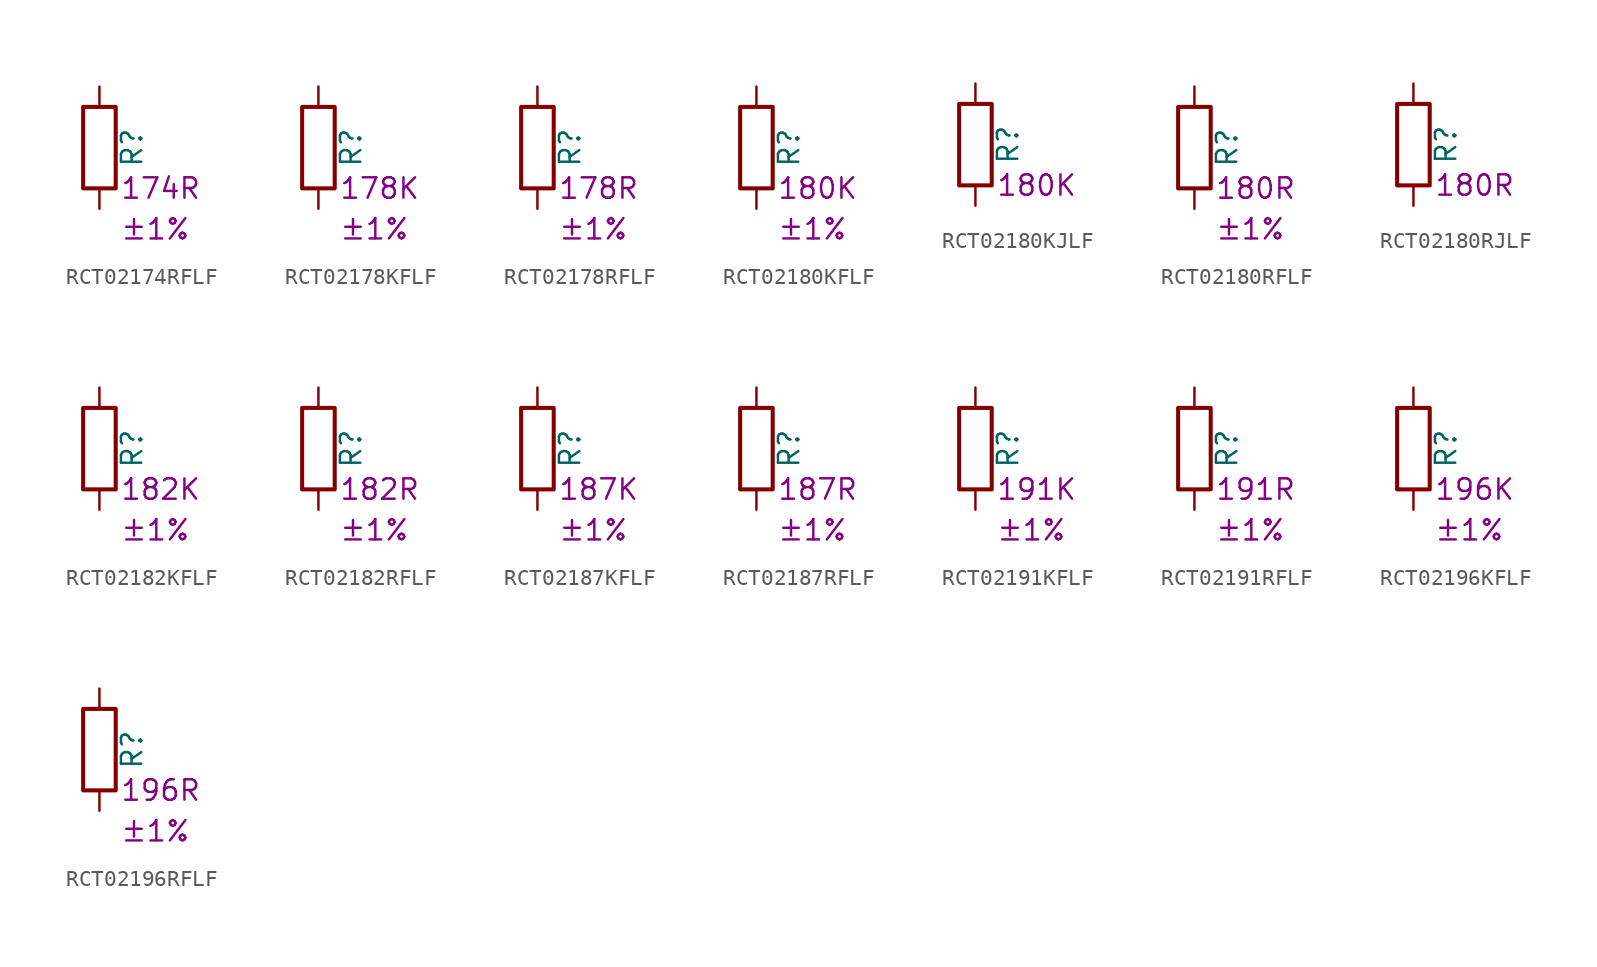
<source format=kicad_sym>
(kicad_symbol_lib
  (version 20220914)
  (generator kicad_symbol_editor)
  (symbol "RCT02174RFLF"
    (pin_numbers hide)
    (pin_names
      (offset 0))
    (property "Reference" "R"
      (at 2.032 0 90)
      (effects (font (size 1.27 1.27))))
    (property "Resistance" "174R"
      (at 1.27 -2.54 0)
      (effects (font (size 1.27 1.27)) (justify left)))
    (property "Tolerance" "±1%"
      (at 1.27 -5.08 0)
      (effects (font (size 1.27 1.27)) (justify left)))
    (symbol "RCT02174RFLF_0_1"
      (rectangle (start -1.016 -2.54) (end 1.016 2.54) (stroke (width 0.254) (type default)) (fill (type none))))
    (symbol "RCT02174RFLF_1_1"
      (pin passive line (at 0 3.81 270) (length 1.27) (name "~" (effects (font (size 1.27 1.27)))) (number "1" (effects (font (size 1.27 1.27)))))
      (pin passive line (at 0 -3.81 90) (length 1.27) (name "~" (effects (font (size 1.27 1.27)))) (number "2" (effects (font (size 1.27 1.27)))))))
  (symbol "RCT02178KFLF"
    (pin_numbers hide)
    (pin_names
      (offset 0))
    (property "Reference" "R"
      (at 2.032 0 90)
      (effects (font (size 1.27 1.27))))
    (property "Resistance" "178K"
      (at 1.27 -2.54 0)
      (effects (font (size 1.27 1.27)) (justify left)))
    (property "Tolerance" "±1%"
      (at 1.27 -5.08 0)
      (effects (font (size 1.27 1.27)) (justify left)))
    (symbol "RCT02178KFLF_0_1"
      (rectangle (start -1.016 -2.54) (end 1.016 2.54) (stroke (width 0.254) (type default)) (fill (type none))))
    (symbol "RCT02178KFLF_1_1"
      (pin passive line (at 0 3.81 270) (length 1.27) (name "~" (effects (font (size 1.27 1.27)))) (number "1" (effects (font (size 1.27 1.27)))))
      (pin passive line (at 0 -3.81 90) (length 1.27) (name "~" (effects (font (size 1.27 1.27)))) (number "2" (effects (font (size 1.27 1.27)))))))
  (symbol "RCT02178RFLF"
    (pin_numbers hide)
    (pin_names
      (offset 0))
    (property "Reference" "R"
      (at 2.032 0 90)
      (effects (font (size 1.27 1.27))))
    (property "Resistance" "178R"
      (at 1.27 -2.54 0)
      (effects (font (size 1.27 1.27)) (justify left)))
    (property "Tolerance" "±1%"
      (at 1.27 -5.08 0)
      (effects (font (size 1.27 1.27)) (justify left)))
    (symbol "RCT02178RFLF_0_1"
      (rectangle (start -1.016 -2.54) (end 1.016 2.54) (stroke (width 0.254) (type default)) (fill (type none))))
    (symbol "RCT02178RFLF_1_1"
      (pin passive line (at 0 3.81 270) (length 1.27) (name "~" (effects (font (size 1.27 1.27)))) (number "1" (effects (font (size 1.27 1.27)))))
      (pin passive line (at 0 -3.81 90) (length 1.27) (name "~" (effects (font (size 1.27 1.27)))) (number "2" (effects (font (size 1.27 1.27)))))))
  (symbol "RCT02180KFLF"
    (pin_numbers hide)
    (pin_names
      (offset 0))
    (property "Reference" "R"
      (at 2.032 0 90)
      (effects (font (size 1.27 1.27))))
    (property "Resistance" "180K"
      (at 1.27 -2.54 0)
      (effects (font (size 1.27 1.27)) (justify left)))
    (property "Tolerance" "±1%"
      (at 1.27 -5.08 0)
      (effects (font (size 1.27 1.27)) (justify left)))
    (symbol "RCT02180KFLF_0_1"
      (rectangle (start -1.016 -2.54) (end 1.016 2.54) (stroke (width 0.254) (type default)) (fill (type none))))
    (symbol "RCT02180KFLF_1_1"
      (pin passive line (at 0 3.81 270) (length 1.27) (name "~" (effects (font (size 1.27 1.27)))) (number "1" (effects (font (size 1.27 1.27)))))
      (pin passive line (at 0 -3.81 90) (length 1.27) (name "~" (effects (font (size 1.27 1.27)))) (number "2" (effects (font (size 1.27 1.27)))))))
  (symbol "RCT02180KJLF"
    (pin_numbers hide)
    (pin_names
      (offset 0))
    (property "Reference" "R"
      (at 2.032 0 90)
      (effects (font (size 1.27 1.27))))
    (property "Resistance" "180K"
      (at 1.27 -2.54 0)
      (effects (font (size 1.27 1.27)) (justify left)))
    (symbol "RCT02180KJLF_0_1"
      (rectangle (start -1.016 -2.54) (end 1.016 2.54) (stroke (width 0.254) (type default)) (fill (type none))))
    (symbol "RCT02180KJLF_1_1"
      (pin passive line (at 0 3.81 270) (length 1.27) (name "~" (effects (font (size 1.27 1.27)))) (number "1" (effects (font (size 1.27 1.27)))))
      (pin passive line (at 0 -3.81 90) (length 1.27) (name "~" (effects (font (size 1.27 1.27)))) (number "2" (effects (font (size 1.27 1.27)))))))
  (symbol "RCT02180RFLF"
    (pin_numbers hide)
    (pin_names
      (offset 0))
    (property "Reference" "R"
      (at 2.032 0 90)
      (effects (font (size 1.27 1.27))))
    (property "Resistance" "180R"
      (at 1.27 -2.54 0)
      (effects (font (size 1.27 1.27)) (justify left)))
    (property "Tolerance" "±1%"
      (at 1.27 -5.08 0)
      (effects (font (size 1.27 1.27)) (justify left)))
    (symbol "RCT02180RFLF_0_1"
      (rectangle (start -1.016 -2.54) (end 1.016 2.54) (stroke (width 0.254) (type default)) (fill (type none))))
    (symbol "RCT02180RFLF_1_1"
      (pin passive line (at 0 3.81 270) (length 1.27) (name "~" (effects (font (size 1.27 1.27)))) (number "1" (effects (font (size 1.27 1.27)))))
      (pin passive line (at 0 -3.81 90) (length 1.27) (name "~" (effects (font (size 1.27 1.27)))) (number "2" (effects (font (size 1.27 1.27)))))))
  (symbol "RCT02180RJLF"
    (pin_numbers hide)
    (pin_names
      (offset 0))
    (property "Reference" "R"
      (at 2.032 0 90)
      (effects (font (size 1.27 1.27))))
    (property "Resistance" "180R"
      (at 1.27 -2.54 0)
      (effects (font (size 1.27 1.27)) (justify left)))
    (symbol "RCT02180RJLF_0_1"
      (rectangle (start -1.016 -2.54) (end 1.016 2.54) (stroke (width 0.254) (type default)) (fill (type none))))
    (symbol "RCT02180RJLF_1_1"
      (pin passive line (at 0 3.81 270) (length 1.27) (name "~" (effects (font (size 1.27 1.27)))) (number "1" (effects (font (size 1.27 1.27)))))
      (pin passive line (at 0 -3.81 90) (length 1.27) (name "~" (effects (font (size 1.27 1.27)))) (number "2" (effects (font (size 1.27 1.27)))))))
  (symbol "RCT02182KFLF"
    (pin_numbers hide)
    (pin_names
      (offset 0))
    (property "Reference" "R"
      (at 2.032 0 90)
      (effects (font (size 1.27 1.27))))
    (property "Resistance" "182K"
      (at 1.27 -2.54 0)
      (effects (font (size 1.27 1.27)) (justify left)))
    (property "Tolerance" "±1%"
      (at 1.27 -5.08 0)
      (effects (font (size 1.27 1.27)) (justify left)))
    (symbol "RCT02182KFLF_0_1"
      (rectangle (start -1.016 -2.54) (end 1.016 2.54) (stroke (width 0.254) (type default)) (fill (type none))))
    (symbol "RCT02182KFLF_1_1"
      (pin passive line (at 0 3.81 270) (length 1.27) (name "~" (effects (font (size 1.27 1.27)))) (number "1" (effects (font (size 1.27 1.27)))))
      (pin passive line (at 0 -3.81 90) (length 1.27) (name "~" (effects (font (size 1.27 1.27)))) (number "2" (effects (font (size 1.27 1.27)))))))
  (symbol "RCT02182RFLF"
    (pin_numbers hide)
    (pin_names
      (offset 0))
    (property "Reference" "R"
      (at 2.032 0 90)
      (effects (font (size 1.27 1.27))))
    (property "Resistance" "182R"
      (at 1.27 -2.54 0)
      (effects (font (size 1.27 1.27)) (justify left)))
    (property "Tolerance" "±1%"
      (at 1.27 -5.08 0)
      (effects (font (size 1.27 1.27)) (justify left)))
    (symbol "RCT02182RFLF_0_1"
      (rectangle (start -1.016 -2.54) (end 1.016 2.54) (stroke (width 0.254) (type default)) (fill (type none))))
    (symbol "RCT02182RFLF_1_1"
      (pin passive line (at 0 3.81 270) (length 1.27) (name "~" (effects (font (size 1.27 1.27)))) (number "1" (effects (font (size 1.27 1.27)))))
      (pin passive line (at 0 -3.81 90) (length 1.27) (name "~" (effects (font (size 1.27 1.27)))) (number "2" (effects (font (size 1.27 1.27)))))))
  (symbol "RCT02187KFLF"
    (pin_numbers hide)
    (pin_names
      (offset 0))
    (property "Reference" "R"
      (at 2.032 0 90)
      (effects (font (size 1.27 1.27))))
    (property "Resistance" "187K"
      (at 1.27 -2.54 0)
      (effects (font (size 1.27 1.27)) (justify left)))
    (property "Tolerance" "±1%"
      (at 1.27 -5.08 0)
      (effects (font (size 1.27 1.27)) (justify left)))
    (symbol "RCT02187KFLF_0_1"
      (rectangle (start -1.016 -2.54) (end 1.016 2.54) (stroke (width 0.254) (type default)) (fill (type none))))
    (symbol "RCT02187KFLF_1_1"
      (pin passive line (at 0 3.81 270) (length 1.27) (name "~" (effects (font (size 1.27 1.27)))) (number "1" (effects (font (size 1.27 1.27)))))
      (pin passive line (at 0 -3.81 90) (length 1.27) (name "~" (effects (font (size 1.27 1.27)))) (number "2" (effects (font (size 1.27 1.27)))))))
  (symbol "RCT02187RFLF"
    (pin_numbers hide)
    (pin_names
      (offset 0))
    (property "Reference" "R"
      (at 2.032 0 90)
      (effects (font (size 1.27 1.27))))
    (property "Resistance" "187R"
      (at 1.27 -2.54 0)
      (effects (font (size 1.27 1.27)) (justify left)))
    (property "Tolerance" "±1%"
      (at 1.27 -5.08 0)
      (effects (font (size 1.27 1.27)) (justify left)))
    (symbol "RCT02187RFLF_0_1"
      (rectangle (start -1.016 -2.54) (end 1.016 2.54) (stroke (width 0.254) (type default)) (fill (type none))))
    (symbol "RCT02187RFLF_1_1"
      (pin passive line (at 0 3.81 270) (length 1.27) (name "~" (effects (font (size 1.27 1.27)))) (number "1" (effects (font (size 1.27 1.27)))))
      (pin passive line (at 0 -3.81 90) (length 1.27) (name "~" (effects (font (size 1.27 1.27)))) (number "2" (effects (font (size 1.27 1.27)))))))
  (symbol "RCT02191KFLF"
    (pin_numbers hide)
    (pin_names
      (offset 0))
    (property "Reference" "R"
      (at 2.032 0 90)
      (effects (font (size 1.27 1.27))))
    (property "Resistance" "191K"
      (at 1.27 -2.54 0)
      (effects (font (size 1.27 1.27)) (justify left)))
    (property "Tolerance" "±1%"
      (at 1.27 -5.08 0)
      (effects (font (size 1.27 1.27)) (justify left)))
    (symbol "RCT02191KFLF_0_1"
      (rectangle (start -1.016 -2.54) (end 1.016 2.54) (stroke (width 0.254) (type default)) (fill (type none))))
    (symbol "RCT02191KFLF_1_1"
      (pin passive line (at 0 3.81 270) (length 1.27) (name "~" (effects (font (size 1.27 1.27)))) (number "1" (effects (font (size 1.27 1.27)))))
      (pin passive line (at 0 -3.81 90) (length 1.27) (name "~" (effects (font (size 1.27 1.27)))) (number "2" (effects (font (size 1.27 1.27)))))))
  (symbol "RCT02191RFLF"
    (pin_numbers hide)
    (pin_names
      (offset 0))
    (property "Reference" "R"
      (at 2.032 0 90)
      (effects (font (size 1.27 1.27))))
    (property "Resistance" "191R"
      (at 1.27 -2.54 0)
      (effects (font (size 1.27 1.27)) (justify left)))
    (property "Tolerance" "±1%"
      (at 1.27 -5.08 0)
      (effects (font (size 1.27 1.27)) (justify left)))
    (symbol "RCT02191RFLF_0_1"
      (rectangle (start -1.016 -2.54) (end 1.016 2.54) (stroke (width 0.254) (type default)) (fill (type none))))
    (symbol "RCT02191RFLF_1_1"
      (pin passive line (at 0 3.81 270) (length 1.27) (name "~" (effects (font (size 1.27 1.27)))) (number "1" (effects (font (size 1.27 1.27)))))
      (pin passive line (at 0 -3.81 90) (length 1.27) (name "~" (effects (font (size 1.27 1.27)))) (number "2" (effects (font (size 1.27 1.27)))))))
  (symbol "RCT02196KFLF"
    (pin_numbers hide)
    (pin_names
      (offset 0))
    (property "Reference" "R"
      (at 2.032 0 90)
      (effects (font (size 1.27 1.27))))
    (property "Resistance" "196K"
      (at 1.27 -2.54 0)
      (effects (font (size 1.27 1.27)) (justify left)))
    (property "Tolerance" "±1%"
      (at 1.27 -5.08 0)
      (effects (font (size 1.27 1.27)) (justify left)))
    (symbol "RCT02196KFLF_0_1"
      (rectangle (start -1.016 -2.54) (end 1.016 2.54) (stroke (width 0.254) (type default)) (fill (type none))))
    (symbol "RCT02196KFLF_1_1"
      (pin passive line (at 0 3.81 270) (length 1.27) (name "~" (effects (font (size 1.27 1.27)))) (number "1" (effects (font (size 1.27 1.27)))))
      (pin passive line (at 0 -3.81 90) (length 1.27) (name "~" (effects (font (size 1.27 1.27)))) (number "2" (effects (font (size 1.27 1.27)))))))
  (symbol "RCT02196RFLF"
    (pin_numbers hide)
    (pin_names
      (offset 0))
    (property "Reference" "R"
      (at 2.032 0 90)
      (effects (font (size 1.27 1.27))))
    (property "Resistance" "196R"
      (at 1.27 -2.54 0)
      (effects (font (size 1.27 1.27)) (justify left)))
    (property "Tolerance" "±1%"
      (at 1.27 -5.08 0)
      (effects (font (size 1.27 1.27)) (justify left)))
    (symbol "RCT02196RFLF_0_1"
      (rectangle (start -1.016 -2.54) (end 1.016 2.54) (stroke (width 0.254) (type default)) (fill (type none))))
    (symbol "RCT02196RFLF_1_1"
      (pin passive line (at 0 3.81 270) (length 1.27) (name "~" (effects (font (size 1.27 1.27)))) (number "1" (effects (font (size 1.27 1.27)))))
      (pin passive line (at 0 -3.81 90) (length 1.27) (name "~" (effects (font (size 1.27 1.27)))) (number "2" (effects (font (size 1.27 1.27))))))))
</source>
